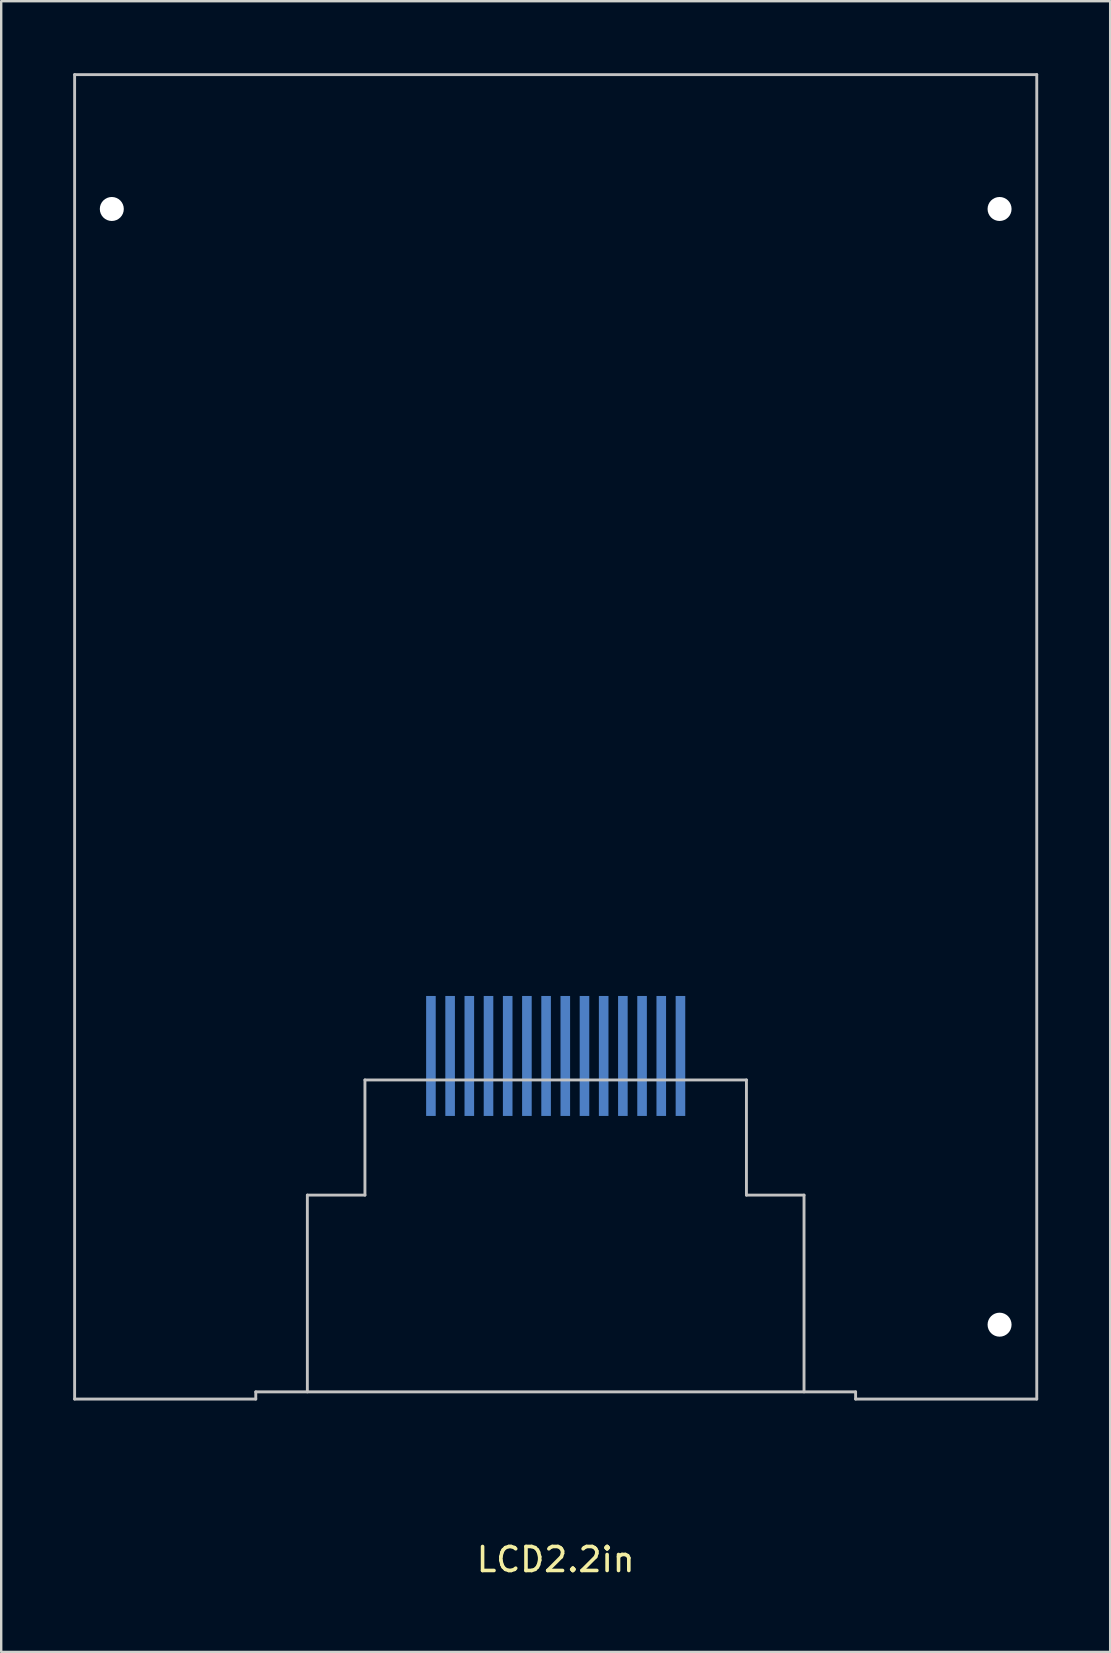
<source format=kicad_pcb>
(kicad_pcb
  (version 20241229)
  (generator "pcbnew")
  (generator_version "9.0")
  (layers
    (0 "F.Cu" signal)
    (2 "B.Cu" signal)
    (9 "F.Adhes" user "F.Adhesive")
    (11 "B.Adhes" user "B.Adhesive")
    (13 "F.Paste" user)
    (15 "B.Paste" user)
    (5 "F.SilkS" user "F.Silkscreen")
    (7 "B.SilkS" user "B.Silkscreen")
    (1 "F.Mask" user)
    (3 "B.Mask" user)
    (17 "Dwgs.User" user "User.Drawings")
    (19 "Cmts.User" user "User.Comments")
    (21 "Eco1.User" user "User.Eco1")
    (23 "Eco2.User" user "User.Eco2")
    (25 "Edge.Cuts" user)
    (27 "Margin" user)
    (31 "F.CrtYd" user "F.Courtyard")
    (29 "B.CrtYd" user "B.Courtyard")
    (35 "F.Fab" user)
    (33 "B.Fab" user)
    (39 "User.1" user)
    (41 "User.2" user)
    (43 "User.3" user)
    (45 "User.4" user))
  (footprint "LCD2.2in"
    (layer "F.Cu")
    (at 20.11 27.66)
    (property "Reference" "LCD2.2in" (at 0 34.29 0) (layer "F.SilkS") (effects (font (size 1 1) (thickness 0.15))))
    (attr through_hole)
    (fp_line (start -20.05 -27.6) (end -20.05 27.6) (stroke (width 0.12) (type solid)) (layer "Dwgs.User"))
    (fp_line (start -12.5 27.3) (end -12.5 27.6) (stroke (width 0.12) (type solid)) (layer "Dwgs.User"))
    (fp_line (start -12.5 27.6) (end -20.05 27.6) (stroke (width 0.12) (type solid)) (layer "Dwgs.User"))
    (fp_line (start -10.35 19.1) (end -10.35 27.3) (stroke (width 0.12) (type solid)) (layer "Dwgs.User"))
    (fp_line (start -7.95 14.3) (end -7.95 19.1) (stroke (width 0.12) (type solid)) (layer "Dwgs.User"))
    (fp_line (start -7.95 14.3) (end 7.95 14.3) (stroke (width 0.12) (type solid)) (layer "Dwgs.User"))
    (fp_line (start -7.95 19.1) (end -10.35 19.1) (stroke (width 0.12) (type solid)) (layer "Dwgs.User"))
    (fp_line (start 7.95 14.3) (end 7.95 19.1) (stroke (width 0.12) (type solid)) (layer "Dwgs.User"))
    (fp_line (start 7.95 19.1) (end 10.35 19.1) (stroke (width 0.12) (type solid)) (layer "Dwgs.User"))
    (fp_line (start 10.35 19.1) (end 10.35 27.3) (stroke (width 0.12) (type solid)) (layer "Dwgs.User"))
    (fp_line (start 12.5 27.3) (end -12.5 27.3) (stroke (width 0.12) (type solid)) (layer "Dwgs.User"))
    (fp_line (start 12.5 27.3) (end 12.5 27.6) (stroke (width 0.12) (type solid)) (layer "Dwgs.User"))
    (fp_line (start 12.5 27.6) (end 20.05 27.6) (stroke (width 0.12) (type solid)) (layer "Dwgs.User"))
    (fp_line (start 20.05 -27.6) (end -20.05 -27.6) (stroke (width 0.12) (type solid)) (layer "Dwgs.User"))
    (fp_line (start 20.05 27.6) (end 20.05 -27.6) (stroke (width 0.12) (type solid)) (layer "Dwgs.User"))
    (pad "" np_thru_hole circle (at -18.5 -22 180) (size 1 1) (drill 1) (layers "*.Cu" "*.Mask"))
    (pad "" np_thru_hole circle (at 18.5 -22 180) (size 1 1) (drill 1) (layers "*.Cu" "*.Mask"))
    (pad "" np_thru_hole circle (at 18.5 24.5 180) (size 1 1) (drill 1) (layers "*.Cu" "*.Mask"))
    (pad "1" smd rect (at -5.2 13.3 180) (size 0.4 5) (layers "B.Cu" "B.Mask" "B.Paste"))
    (pad "2" smd rect (at -4.4 13.3 180) (size 0.4 5) (layers "B.Cu" "B.Mask" "B.Paste"))
    (pad "3" smd rect (at -3.6 13.3 180) (size 0.4 5) (layers "B.Cu" "B.Mask" "B.Paste"))
    (pad "4" smd rect (at -2.8 13.3 180) (size 0.4 5) (layers "B.Cu" "B.Mask" "B.Paste"))
    (pad "5" smd rect (at -2 13.3 180) (size 0.4 5) (layers "B.Cu" "B.Mask" "B.Paste"))
    (pad "6" smd rect (at -1.2 13.3 180) (size 0.4 5) (layers "B.Cu" "B.Mask" "B.Paste"))
    (pad "7" smd rect (at -0.4 13.3 180) (size 0.4 5) (layers "B.Cu" "B.Mask" "B.Paste"))
    (pad "8" smd rect (at 0.4 13.3 180) (size 0.4 5) (layers "B.Cu" "B.Mask" "B.Paste"))
    (pad "9" smd rect (at 1.2 13.3 180) (size 0.4 5) (layers "B.Cu" "B.Mask" "B.Paste"))
    (pad "10" smd rect (at 2 13.3 180) (size 0.4 5) (layers "B.Cu" "B.Mask" "B.Paste"))
    (pad "11" smd rect (at 2.8 13.3 180) (size 0.4 5) (layers "B.Cu" "B.Mask" "B.Paste"))
    (pad "12" smd rect (at 3.6 13.3 180) (size 0.4 5) (layers "B.Cu" "B.Mask" "B.Paste"))
    (pad "13" smd rect (at 4.4 13.3 180) (size 0.4 5) (layers "B.Cu" "B.Mask" "B.Paste"))
    (pad "14" smd rect (at 5.2 13.3 180) (size 0.4 5) (layers "B.Cu" "B.Mask" "B.Paste")))
  (gr_rect
    (start -3 -3)
    (end 43.22 65.798)
    (stroke (width 0.1) (type default))
    (fill no)
    (layer "Edge.Cuts")))
</source>
